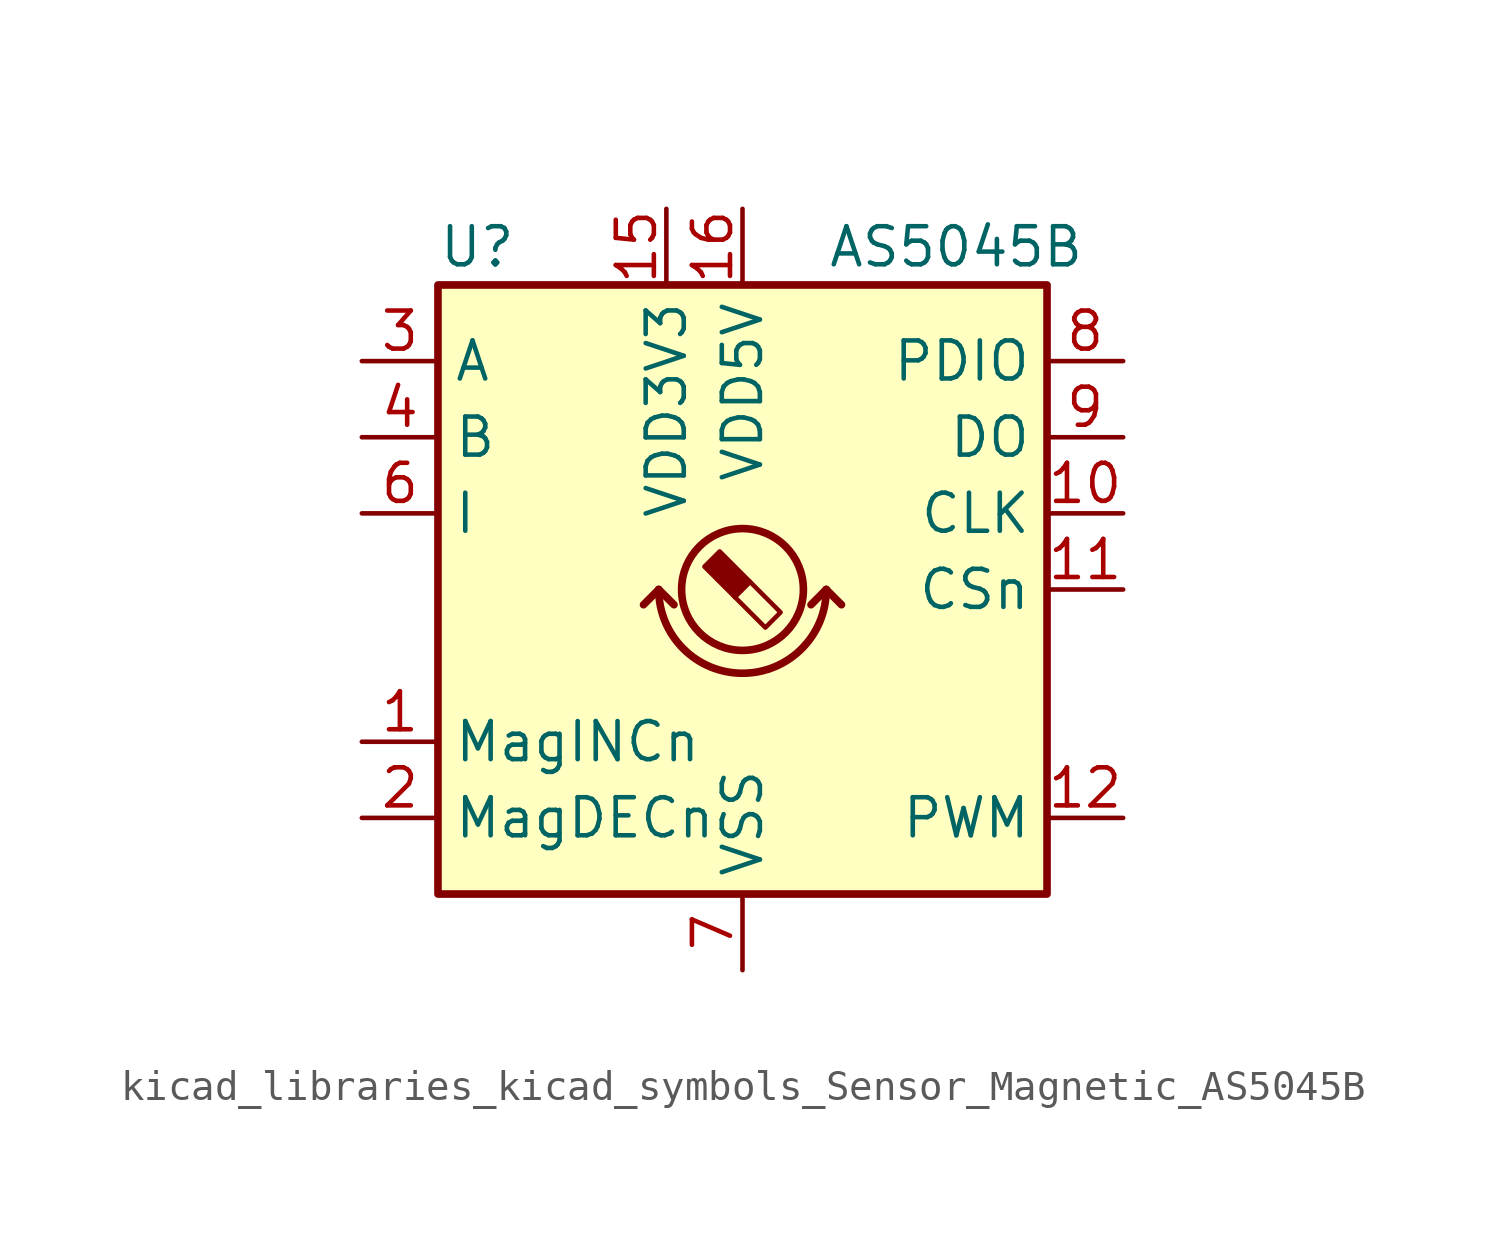
<source format=kicad_sym>
(kicad_symbol_lib
  (version 20220914)
  (generator kicad_symbol_editor)
  (symbol "kicad_libraries_kicad_symbols_Sensor_Magnetic_AS5045B"
    (property "Reference" "U"
      (at -10.16 11.43 0)
      (effects (font (size 1.27 1.27)) (justify left)))
    (property "Value" "AS5045B"
      (at 11.43 11.43 0)
      (effects (font (size 1.27 1.27)) (justify right)))
    (symbol "kicad_libraries_kicad_symbols_Sensor_Magnetic_AS5045B_0_1"
      (rectangle (start -10.16 10.16) (end 10.16 -10.16) (stroke (width 0.254) (type default)) (fill (type background)))
      (arc (start -2.794 0) (mid 0 -2.7819) (end 2.794 0) (stroke (width 0.254) (type default)) (fill (type none)))
      (polyline (pts (xy -2.794 0) (xy -3.302 -0.508)) (stroke (width 0.254) (type default)) (fill (type none)))
      (polyline (pts (xy -2.794 0) (xy -2.286 -0.508)) (stroke (width 0.254) (type default)) (fill (type none)))
      (polyline (pts (xy 2.794 0) (xy 2.286 -0.508)) (stroke (width 0.254) (type default)) (fill (type none)))
      (polyline (pts (xy 2.794 0) (xy 3.302 -0.508)) (stroke (width 0.254) (type default)) (fill (type none)))
      (polyline (pts (xy 0.254 0.254) (xy 1.27 -0.762) (xy 0.762 -1.27) (xy -0.254 -0.254)) (stroke (width 0) (type default)) (fill (type none)))
      (polyline (pts (xy -0.762 1.27) (xy 0.254 0.254) (xy -0.254 -0.254) (xy -1.27 0.762) (xy -1.016 1.016) (xy -0.762 1.27) (xy -0.635 1.143)) (stroke (width 0) (type default)) (fill (type outline)))
      (circle (center 0 0) (radius 2.032) (stroke (width 0.254) (type default)) (fill (type none))))
    (symbol "kicad_libraries_kicad_symbols_Sensor_Magnetic_AS5045B_1_1"
      (pin open_collector line (at -12.7 -5.08 0) (length 2.54) (name "MagINCn" (effects (font (size 1.27 1.27)))) (number "1" (effects (font (size 1.27 1.27)))))
      (pin input line (at 12.7 2.54 180) (length 2.54) (name "CLK" (effects (font (size 1.27 1.27)))) (number "10" (effects (font (size 1.27 1.27)))))
      (pin input line (at 12.7 0 180) (length 2.54) (name "CSn" (effects (font (size 1.27 1.27)))) (number "11" (effects (font (size 1.27 1.27)))))
      (pin output line (at 12.7 -7.62 180) (length 2.54) (name "PWM" (effects (font (size 1.27 1.27)))) (number "12" (effects (font (size 1.27 1.27)))))
      (pin no_connect line (at 10.16 -5.08 180) (length 2.54) hide (name "NC" (effects (font (size 1.27 1.27)))) (number "13" (effects (font (size 1.27 1.27)))))
      (pin no_connect line (at 2.54 -10.16 90) (length 2.54) hide (name "NC" (effects (font (size 1.27 1.27)))) (number "14" (effects (font (size 1.27 1.27)))))
      (pin power_in line (at -2.54 12.7 270) (length 2.54) (name "VDD3V3" (effects (font (size 1.27 1.27)))) (number "15" (effects (font (size 1.27 1.27)))))
      (pin power_in line (at 0 12.7 270) (length 2.54) (name "VDD5V" (effects (font (size 1.27 1.27)))) (number "16" (effects (font (size 1.27 1.27)))))
      (pin open_collector line (at -12.7 -7.62 0) (length 2.54) (name "MagDECn" (effects (font (size 1.27 1.27)))) (number "2" (effects (font (size 1.27 1.27)))))
      (pin output line (at -12.7 7.62 0) (length 2.54) (name "A" (effects (font (size 1.27 1.27)))) (number "3" (effects (font (size 1.27 1.27)))))
      (pin output line (at -12.7 5.08 0) (length 2.54) (name "B" (effects (font (size 1.27 1.27)))) (number "4" (effects (font (size 1.27 1.27)))))
      (pin no_connect line (at 10.16 -2.54 180) (length 2.54) hide (name "NC" (effects (font (size 1.27 1.27)))) (number "5" (effects (font (size 1.27 1.27)))))
      (pin output line (at -12.7 2.54 0) (length 2.54) (name "I" (effects (font (size 1.27 1.27)))) (number "6" (effects (font (size 1.27 1.27)))))
      (pin power_in line (at 0 -12.7 90) (length 2.54) (name "VSS" (effects (font (size 1.27 1.27)))) (number "7" (effects (font (size 1.27 1.27)))))
      (pin input line (at 12.7 7.62 180) (length 2.54) (name "PDIO" (effects (font (size 1.27 1.27)))) (number "8" (effects (font (size 1.27 1.27)))))
      (pin output line (at 12.7 5.08 180) (length 2.54) (name "DO" (effects (font (size 1.27 1.27)))) (number "9" (effects (font (size 1.27 1.27))))))))
</source>
